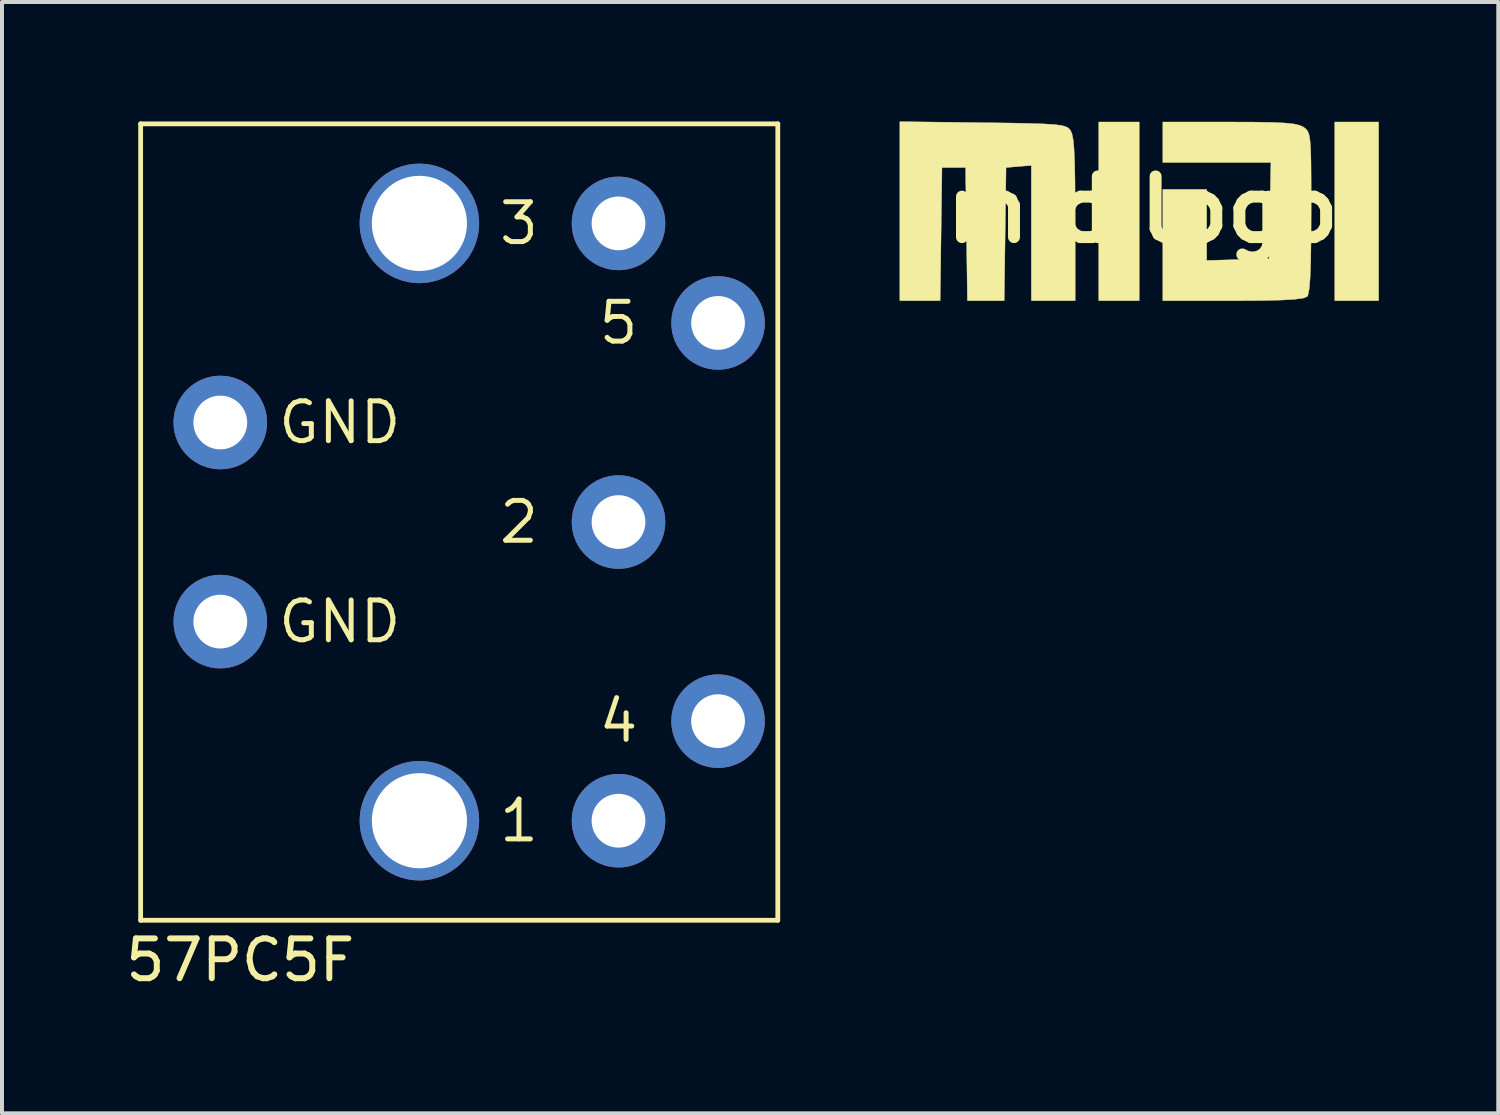
<source format=kicad_pcb>
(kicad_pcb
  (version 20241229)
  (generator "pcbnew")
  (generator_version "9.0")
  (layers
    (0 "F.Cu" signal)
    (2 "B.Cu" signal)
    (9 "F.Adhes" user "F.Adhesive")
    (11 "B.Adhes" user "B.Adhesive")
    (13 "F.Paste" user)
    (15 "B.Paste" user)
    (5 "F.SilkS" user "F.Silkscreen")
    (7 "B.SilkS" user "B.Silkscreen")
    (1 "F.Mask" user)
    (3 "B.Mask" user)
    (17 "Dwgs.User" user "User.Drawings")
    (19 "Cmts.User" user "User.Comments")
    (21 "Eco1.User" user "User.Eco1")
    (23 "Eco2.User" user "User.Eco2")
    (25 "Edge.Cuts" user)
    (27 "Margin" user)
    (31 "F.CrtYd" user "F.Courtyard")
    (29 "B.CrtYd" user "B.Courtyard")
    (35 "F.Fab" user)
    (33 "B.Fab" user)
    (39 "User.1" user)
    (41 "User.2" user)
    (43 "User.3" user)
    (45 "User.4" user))
  (footprint "midilogo"
    (layer "F.Cu")
    (at 25.643 2.215)
    (property "Reference" "midilogo" (at 0 0 0) (layer "F.SilkS") (effects (font (size 1.524 1.524) (thickness 0.3))))
    (attr through_hole)
    (fp_poly (pts (xy -0.085 2.286) (xy -1.101 2.286) (xy -1.101 -2.201) (xy -0.085 -2.201) (xy -0.085 2.286)) (stroke (width 0.01) (type solid)) (fill yes) (layer "F.SilkS"))
    (fp_poly (pts (xy 5.927 2.286) (xy 4.826 2.286) (xy 4.826 -2.201) (xy 5.927 -2.201) (xy 5.927 2.286)) (stroke (width 0.01) (type solid)) (fill yes) (layer "F.SilkS"))
    (fp_poly (pts (xy -4.015 -2.184) (xy -3.366 -2.176) (xy -2.865 -2.166) (xy -2.492 -2.154) (xy -2.226 -2.138) (xy -2.046 -2.116) (xy -1.931 -2.086) (xy -1.86 -2.046) (xy -1.813 -1.995) (xy -1.774 -1.908) (xy -1.744 -1.758) (xy -1.722 -1.525) (xy -1.707 -1.189) (xy -1.698 -0.732) (xy -1.694 -0.134) (xy -1.693 0.228) (xy -1.693 2.286) (xy -2.794 2.286) (xy -2.794 -1.111) (xy -3.111 -1.085) (xy -3.429 -1.058) (xy -3.452 0.614) (xy -3.475 2.286) (xy -4.399 2.286) (xy -4.422 0.614) (xy -4.445 -1.058) (xy -5.038 -1.058) (xy -5.084 2.286) (xy -6.096 2.286) (xy -6.096 -2.21) (xy -4.015 -2.184)) (stroke (width 0.01) (type solid)) (fill yes) (layer "F.SilkS"))
    (fp_poly (pts (xy 2.78 -2.199) (xy 3.231 -2.192) (xy 3.559 -2.177) (xy 3.788 -2.154) (xy 3.939 -2.12) (xy 4.038 -2.075) (xy 4.045 -2.07) (xy 4.104 -2.023) (xy 4.15 -1.964) (xy 4.183 -1.871) (xy 4.206 -1.723) (xy 4.221 -1.497) (xy 4.229 -1.173) (xy 4.232 -0.729) (xy 4.233 -0.143) (xy 4.233 0.073) (xy 4.23 0.777) (xy 4.221 1.324) (xy 4.206 1.727) (xy 4.183 1.998) (xy 4.152 2.149) (xy 4.132 2.184) (xy 4.033 2.222) (xy 3.814 2.251) (xy 3.463 2.271) (xy 2.968 2.282) (xy 2.317 2.286) (xy 2.269 2.286) (xy 0.508 2.286) (xy 0.508 -0.508) (xy 1.609 -0.508) (xy 1.609 1.276) (xy 2.392 1.252) (xy 3.175 1.228) (xy 3.198 0.021) (xy 3.222 -1.185) (xy 0.508 -1.185) (xy 0.508 -2.201) (xy 2.182 -2.201) (xy 2.78 -2.199)) (stroke (width 0.01) (type solid)) (fill yes) (layer "F.SilkS")))
  (footprint "57PC5F"
    (layer "F.Cu")
    (at 7.482 10.06)
    (property "Reference" "57PC5F" (at -4.5 11 0) (layer "F.SilkS") (effects (font (size 1 1) (thickness 0.15))))
    (attr through_hole)
    (fp_line (start -7 -10) (end 9 -10) (stroke (width 0.12) (type solid)) (layer "F.SilkS"))
    (fp_line (start -7 10) (end -7 -10) (stroke (width 0.12) (type solid)) (layer "F.SilkS"))
    (fp_line (start 9 -10) (end 9 10) (stroke (width 0.12) (type solid)) (layer "F.SilkS"))
    (fp_line (start 9 10) (end -7 10) (stroke (width 0.12) (type solid)) (layer "F.SilkS"))
    (fp_text user "4" (at 5 5 0) (layer "F.SilkS") (effects (font (size 1 1) (thickness 0.125))))
    (fp_text user "GND" (at -2 -2.5 0) (layer "F.SilkS") (effects (font (size 1 1) (thickness 0.125))))
    (fp_text user "2" (at 2.5 0 0) (layer "F.SilkS") (effects (font (size 1 1) (thickness 0.125))))
    (fp_text user "5" (at 5 -5 0) (layer "F.SilkS") (effects (font (size 1 1) (thickness 0.125))))
    (fp_text user "GND" (at -2 2.5 0) (layer "F.SilkS") (effects (font (size 1 1) (thickness 0.125))))
    (fp_text user "3" (at 2.5 -7.5 0) (layer "F.SilkS") (effects (font (size 1 1) (thickness 0.125))))
    (fp_text user "1" (at 2.5 7.5 0) (layer "F.SilkS") (effects (font (size 1 1) (thickness 0.125))))
    (pad "" thru_hole circle (at 0 -7.5) (size 3 3) (drill 2.39) (layers "*.Cu" "*.Mask"))
    (pad "" thru_hole circle (at 0 7.5) (size 3 3) (drill 2.39) (layers "*.Cu" "*.Mask"))
    (pad "0" thru_hole circle (at -5 -2.5) (size 2.35 2.35) (drill 1.35) (layers "*.Cu" "*.Mask"))
    (pad "0" thru_hole circle (at -5 2.5) (size 2.35 2.35) (drill 1.35) (layers "*.Cu" "*.Mask"))
    (pad "1" thru_hole circle (at 5 7.5) (size 2.35 2.35) (drill 1.35) (layers "*.Cu" "*.Mask"))
    (pad "2" thru_hole circle (at 5 0) (size 2.35 2.35) (drill 1.35) (layers "*.Cu" "*.Mask"))
    (pad "3" thru_hole circle (at 5 -7.5) (size 2.35 2.35) (drill 1.35) (layers "*.Cu" "*.Mask"))
    (pad "4" thru_hole circle (at 7.5 5) (size 2.35 2.35) (drill 1.35) (layers "*.Cu" "*.Mask"))
    (pad "5" thru_hole circle (at 7.5 -5) (size 2.35 2.35) (drill 1.35) (layers "*.Cu" "*.Mask")))
  (gr_rect
    (start -3 -3)
    (end 34.575 24.908)
    (stroke (width 0.1) (type default))
    (fill no)
    (layer "Edge.Cuts")))
</source>
